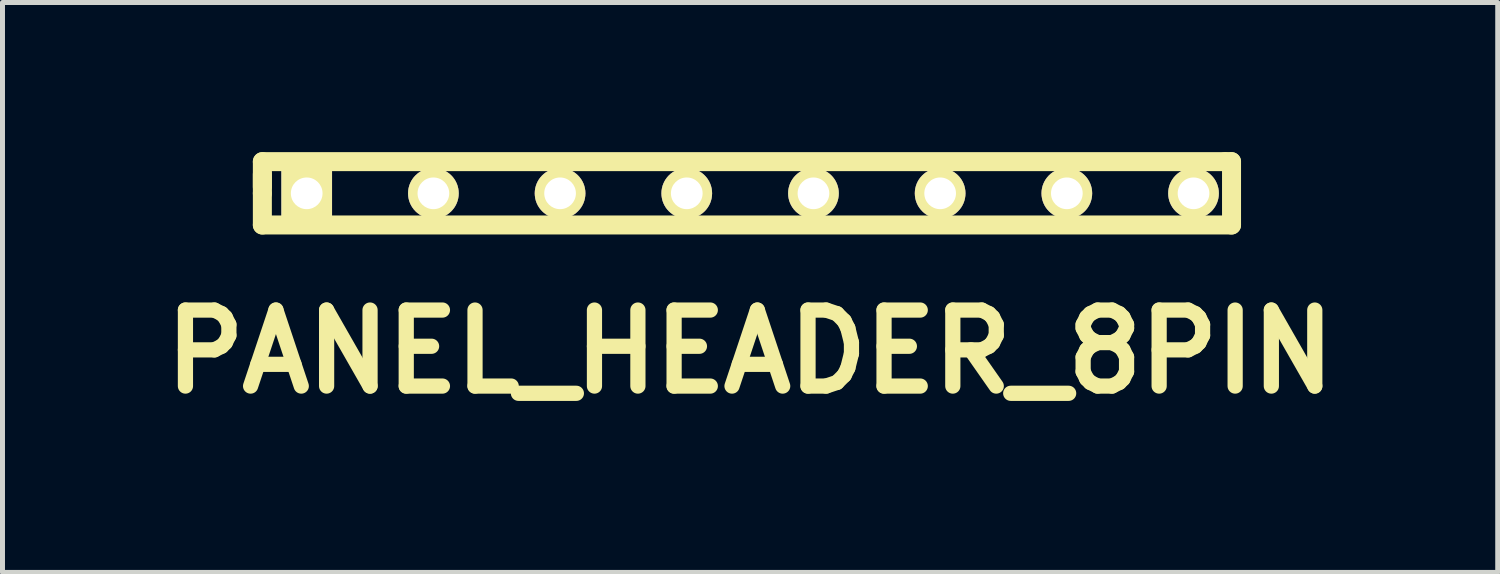
<source format=kicad_pcb>
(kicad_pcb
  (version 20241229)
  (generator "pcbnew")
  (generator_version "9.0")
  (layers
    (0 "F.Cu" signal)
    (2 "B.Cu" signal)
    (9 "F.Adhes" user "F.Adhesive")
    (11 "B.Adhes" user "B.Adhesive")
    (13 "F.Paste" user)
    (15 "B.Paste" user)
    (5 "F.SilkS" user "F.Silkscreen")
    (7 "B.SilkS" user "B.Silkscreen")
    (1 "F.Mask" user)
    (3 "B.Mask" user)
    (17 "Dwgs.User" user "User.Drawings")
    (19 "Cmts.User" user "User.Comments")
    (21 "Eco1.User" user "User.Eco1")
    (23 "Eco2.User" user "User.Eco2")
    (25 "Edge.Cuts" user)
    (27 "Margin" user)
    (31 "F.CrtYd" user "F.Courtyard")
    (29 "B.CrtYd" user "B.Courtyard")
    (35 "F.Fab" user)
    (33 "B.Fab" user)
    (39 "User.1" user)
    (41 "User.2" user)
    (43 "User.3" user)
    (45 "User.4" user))
  (footprint "PANEL_HEADER_8PIN"
    (layer "F.Cu")
    (at 11.989 0.826)
    (property "Reference" "PANEL_HEADER_8PIN" (at 0 3.175 0) (layer "F.SilkS") (effects (font (size 1.524 1.524) (thickness 0.305))))
    (attr through_hole)
    (fp_line (start -9.779 -0.635) (end 9.525 -0.635) (stroke (width 0.381) (type solid)) (layer "F.SilkS"))
    (fp_line (start -9.779 -0.127) (end -9.779 -0.635) (stroke (width 0.381) (type solid)) (layer "F.SilkS"))
    (fp_line (start -9.779 0) (end -9.779 -0.381) (stroke (width 0.381) (type solid)) (layer "F.SilkS"))
    (fp_line (start -9.779 0.635) (end -9.779 0) (stroke (width 0.381) (type solid)) (layer "F.SilkS"))
    (fp_line (start 9.525 -0.635) (end 9.652 -0.635) (stroke (width 0.381) (type solid)) (layer "F.SilkS"))
    (fp_line (start 9.652 -0.635) (end 9.652 0.635) (stroke (width 0.381) (type solid)) (layer "F.SilkS"))
    (fp_line (start 9.652 0.635) (end -9.779 0.635) (stroke (width 0.381) (type solid)) (layer "F.SilkS"))
    (pad "1" thru_hole rect (at -8.89 0) (size 1.016 1.016) (drill 0.635) (layers "*.Cu" "*.Mask" "F.SilkS"))
    (pad "2" thru_hole circle (at -6.35 0) (size 1.016 1.016) (drill 0.635) (layers "*.Cu" "*.Mask" "F.SilkS"))
    (pad "3" thru_hole circle (at -3.81 0) (size 1.016 1.016) (drill 0.635) (layers "*.Cu" "*.Mask" "F.SilkS"))
    (pad "4" thru_hole circle (at -1.27 0) (size 1.016 1.016) (drill 0.635) (layers "*.Cu" "*.Mask" "F.SilkS"))
    (pad "5" thru_hole circle (at 1.27 0) (size 1.016 1.016) (drill 0.635) (layers "*.Cu" "*.Mask" "F.SilkS"))
    (pad "6" thru_hole circle (at 3.81 0) (size 1.016 1.016) (drill 0.635) (layers "*.Cu" "*.Mask" "F.SilkS"))
    (pad "7" thru_hole circle (at 6.35 0) (size 1.016 1.016) (drill 0.635) (layers "*.Cu" "*.Mask" "F.SilkS"))
    (pad "8" thru_hole circle (at 8.89 0) (size 1.016 1.016) (drill 0.635) (layers "*.Cu" "*.Mask" "F.SilkS")))
  (gr_rect
    (start -3 -3)
    (end 26.978 8.427)
    (stroke (width 0.1) (type default))
    (fill no)
    (layer "Edge.Cuts")))
</source>
